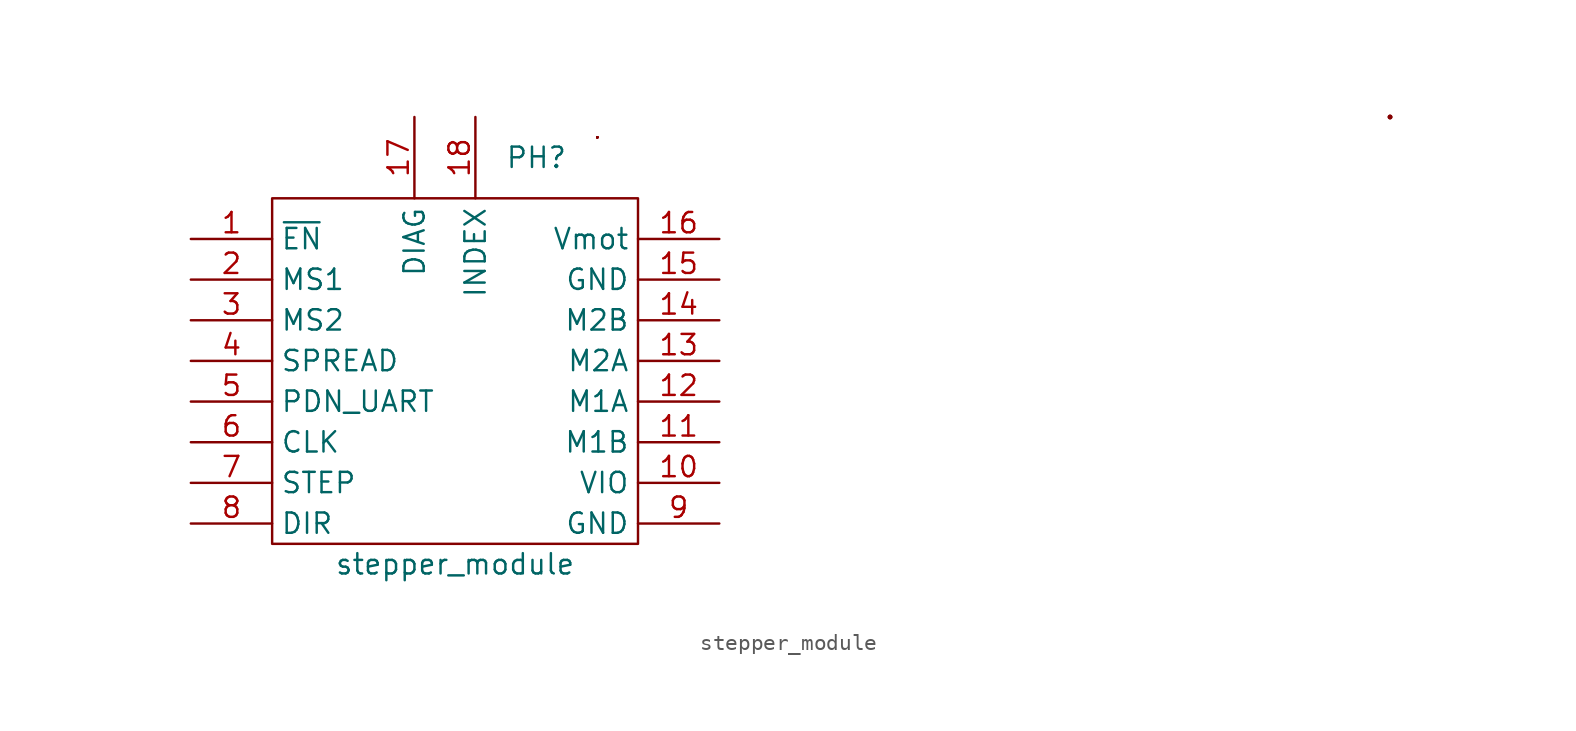
<source format=kicad_sym>
(kicad_symbol_lib
  (version 20211014)
  (generator kicad_symbol_editor)
  (symbol "stepper_module"
    (property "Reference" "PH"
      (at 5.08 13.97 0)
      (effects (font (size 1.27 1.27))))
    (property "Value" "stepper_module"
      (at 0 -11.43 0)
      (effects (font (size 1.27 1.27))))
    (symbol "stepper_module_0_1"
      (polyline (pts (xy 8.89 15.24) (xy 8.89 15.24)) (stroke (width 0.152) (type default) (color 0 0 0 0)) (fill (type none)))
      (rectangle (start 8.89 15.24) (end 8.89 15.24) (stroke (width 0.152) (type default) (color 0 0 0 0)) (fill (type none)))
      (rectangle (start 8.89 15.24) (end 8.89 15.24) (stroke (width 0.152) (type default) (color 0 0 0 0)) (fill (type none)))
      (rectangle (start 8.89 15.24) (end 8.89 15.24) (stroke (width 0.152) (type default) (color 0 0 0 0)) (fill (type none)))
      (rectangle (start 8.89 15.24) (end 8.89 15.24) (stroke (width 0.152) (type default) (color 0 0 0 0)) (fill (type none)))
      (rectangle (start 8.89 15.24) (end 8.89 15.24) (stroke (width 0.152) (type default) (color 0 0 0 0)) (fill (type none)))
      (rectangle (start 8.89 15.24) (end 8.89 15.24) (stroke (width 0.152) (type default) (color 0 0 0 0)) (fill (type none)))
      (rectangle (start 8.89 15.24) (end 8.89 15.24) (stroke (width 0.152) (type default) (color 0 0 0 0)) (fill (type none)))
      (rectangle (start 8.89 15.24) (end 8.89 15.24) (stroke (width 0.152) (type default) (color 0 0 0 0)) (fill (type none)))
      (rectangle (start 8.89 15.24) (end 8.89 15.24) (stroke (width 0.152) (type default) (color 0 0 0 0)) (fill (type none)))
      (rectangle (start 11.43 -10.16) (end -11.43 11.43) (stroke (width 0.152) (type default) (color 0 0 0 0)) (fill (type none)))
      (arc (start 58.42 16.51) (mid 58.42 16.51) (end 58.42 16.51) (stroke (width 0.1524) (type default) (color 0 0 0 0)) (fill (type none)))
      (circle (center 58.42 16.51) (radius 0.0001) (stroke (width 0.152) (type default) (color 0 0 0 0)) (fill (type none)))
      (circle (center 58.42 16.51) (radius 0.0001) (stroke (width 0.152) (type default) (color 0 0 0 0)) (fill (type none))))
    (symbol "stepper_module_1_1"
      (pin passive line (at -16.51 8.89 0) (length 5.08) (name "~{EN}" (effects (font (size 1.27 1.27)))) (number "1" (effects (font (size 1.27 1.27)))))
      (pin passive line (at 16.51 -6.35 180) (length 5.08) (name "VIO" (effects (font (size 1.27 1.27)))) (number "10" (effects (font (size 1.27 1.27)))))
      (pin passive line (at 16.51 -3.81 180) (length 5.08) (name "M1B" (effects (font (size 1.27 1.27)))) (number "11" (effects (font (size 1.27 1.27)))))
      (pin passive line (at 16.51 -1.27 180) (length 5.08) (name "M1A" (effects (font (size 1.27 1.27)))) (number "12" (effects (font (size 1.27 1.27)))))
      (pin passive line (at 16.51 1.27 180) (length 5.08) (name "M2A" (effects (font (size 1.27 1.27)))) (number "13" (effects (font (size 1.27 1.27)))))
      (pin passive line (at 16.51 3.81 180) (length 5.08) (name "M2B" (effects (font (size 1.27 1.27)))) (number "14" (effects (font (size 1.27 1.27)))))
      (pin passive line (at 16.51 6.35 180) (length 5.08) (name "GND" (effects (font (size 1.27 1.27)))) (number "15" (effects (font (size 1.27 1.27)))))
      (pin passive line (at 16.51 8.89 180) (length 5.08) (name "Vmot" (effects (font (size 1.27 1.27)))) (number "16" (effects (font (size 1.27 1.27)))))
      (pin passive line (at -2.54 16.51 270) (length 5.08) (name "DIAG" (effects (font (size 1.27 1.27)))) (number "17" (effects (font (size 1.27 1.27)))))
      (pin passive line (at 1.27 16.51 270) (length 5.08) (name "INDEX" (effects (font (size 1.27 1.27)))) (number "18" (effects (font (size 1.27 1.27)))))
      (pin passive line (at -16.51 6.35 0) (length 5.08) (name "MS1" (effects (font (size 1.27 1.27)))) (number "2" (effects (font (size 1.27 1.27)))))
      (pin passive line (at -16.51 3.81 0) (length 5.08) (name "MS2" (effects (font (size 1.27 1.27)))) (number "3" (effects (font (size 1.27 1.27)))))
      (pin passive line (at -16.51 1.27 0) (length 5.08) (name "SPREAD" (effects (font (size 1.27 1.27)))) (number "4" (effects (font (size 1.27 1.27)))))
      (pin passive line (at -16.51 -1.27 0) (length 5.08) (name "PDN_UART" (effects (font (size 1.27 1.27)))) (number "5" (effects (font (size 1.27 1.27)))))
      (pin passive line (at -16.51 -3.81 0) (length 5.08) (name "CLK" (effects (font (size 1.27 1.27)))) (number "6" (effects (font (size 1.27 1.27)))))
      (pin passive line (at -16.51 -6.35 0) (length 5.08) (name "STEP" (effects (font (size 1.27 1.27)))) (number "7" (effects (font (size 1.27 1.27)))))
      (pin passive line (at -16.51 -8.89 0) (length 5.08) (name "DIR" (effects (font (size 1.27 1.27)))) (number "8" (effects (font (size 1.27 1.27)))))
      (pin passive line (at 16.51 -8.89 180) (length 5.08) (name "GND" (effects (font (size 1.27 1.27)))) (number "9" (effects (font (size 1.27 1.27))))))))
</source>
